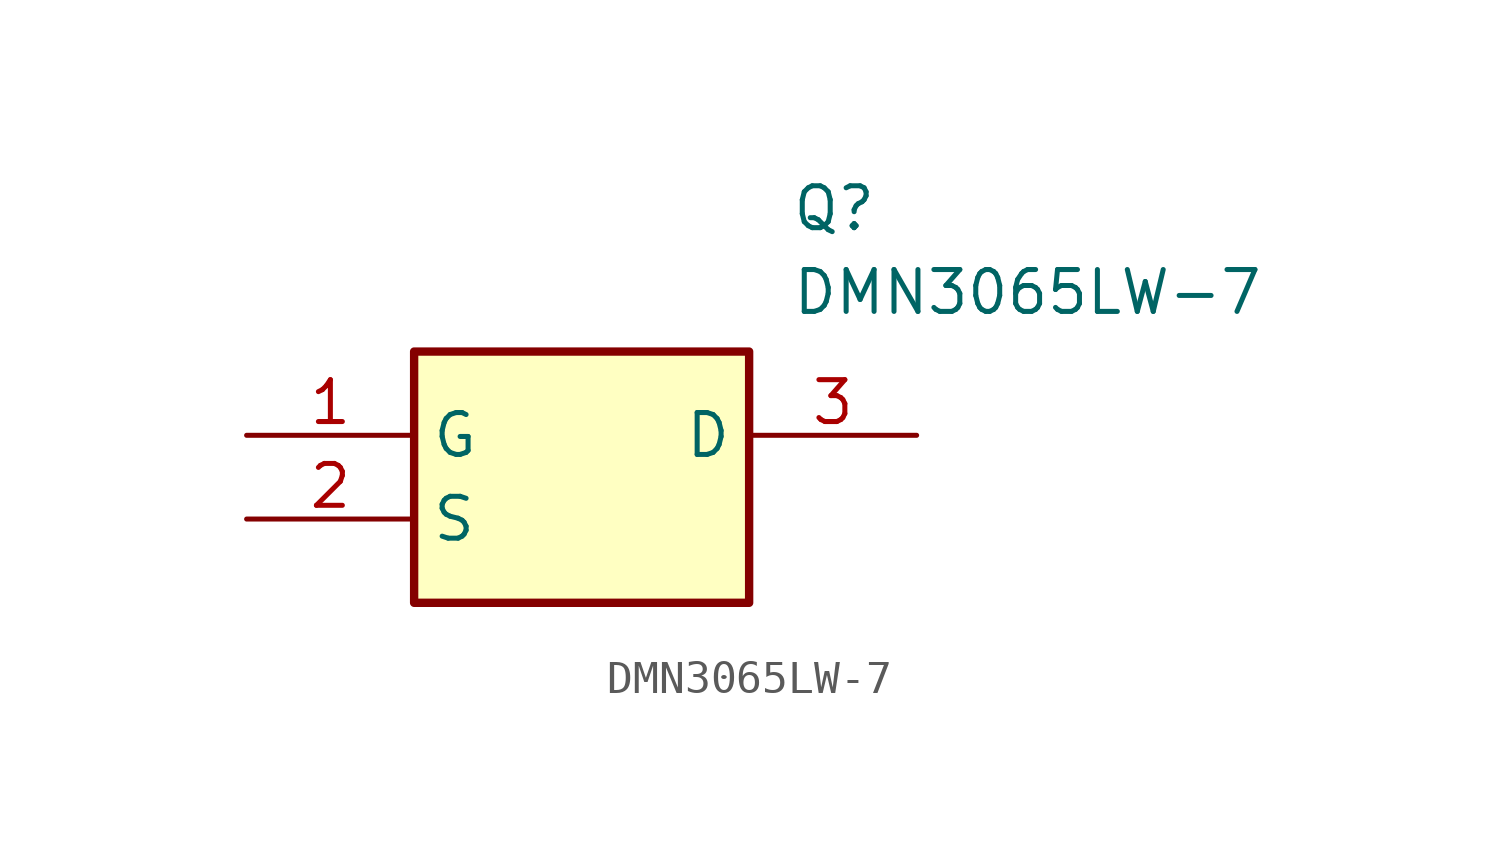
<source format=kicad_sym>
(kicad_symbol_lib
  (version 20211014)
  (generator SamacSys_ECAD_Model)
  (symbol "DMN3065LW-7"
    (property "Reference" "Q"
      (at 16.51 7.62 0)
      (effects (font (size 1.27 1.27)) (justify left top)))
    (property "Value" "DMN3065LW-7"
      (at 16.51 5.08 0)
      (effects (font (size 1.27 1.27)) (justify left top)))
    (rectangle
      (start 5.08 2.54)
      (end 15.24 -5.08)
      (stroke (width 0.254) (type default))
      (fill (type background)))
    (pin passive line
      (at 0 0 0)
      (length 5.08)
      (name "G" (effects (font (size 1.27 1.27))))
      (number "1" (effects (font (size 1.27 1.27)))))
    (pin passive line
      (at 0 -2.54 0)
      (length 5.08)
      (name "S" (effects (font (size 1.27 1.27))))
      (number "2" (effects (font (size 1.27 1.27)))))
    (pin passive line
      (at 20.32 0 180)
      (length 5.08)
      (name "D" (effects (font (size 1.27 1.27))))
      (number "3" (effects (font (size 1.27 1.27)))))))
</source>
